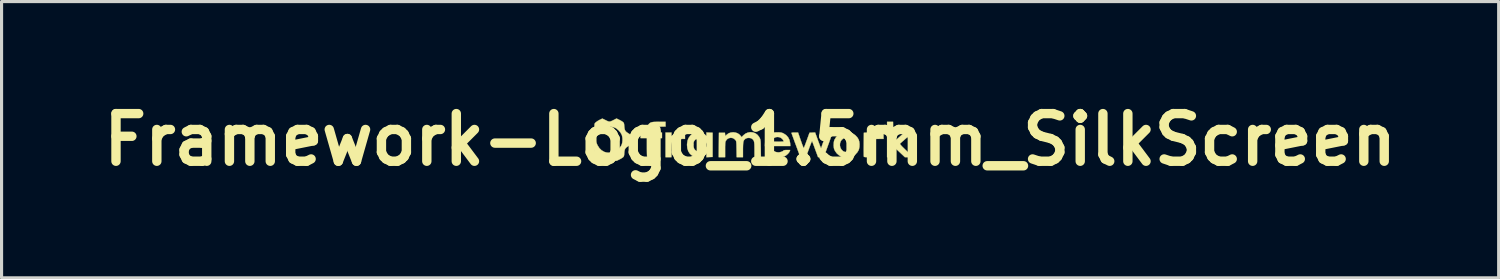
<source format=kicad_pcb>
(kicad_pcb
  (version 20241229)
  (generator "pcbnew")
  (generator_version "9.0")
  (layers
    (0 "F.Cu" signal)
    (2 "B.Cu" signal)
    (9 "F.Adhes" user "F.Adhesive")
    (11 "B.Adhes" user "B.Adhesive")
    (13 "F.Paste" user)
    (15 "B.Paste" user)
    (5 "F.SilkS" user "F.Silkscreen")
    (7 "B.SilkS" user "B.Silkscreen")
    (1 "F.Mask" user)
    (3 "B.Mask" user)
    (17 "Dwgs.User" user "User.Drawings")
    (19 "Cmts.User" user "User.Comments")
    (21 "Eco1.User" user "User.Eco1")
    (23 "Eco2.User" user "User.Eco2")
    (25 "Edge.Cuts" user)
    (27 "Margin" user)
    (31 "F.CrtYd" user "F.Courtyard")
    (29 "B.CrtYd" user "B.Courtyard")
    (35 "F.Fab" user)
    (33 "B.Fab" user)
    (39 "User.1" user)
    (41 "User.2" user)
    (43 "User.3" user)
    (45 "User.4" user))
  (footprint "Framework-Logo_1.5mm_SilkScreen"
    (layer "F.Cu")
    (at 20.944 1.418)
    (property "Reference" "Framework-Logo_1.5mm_SilkScreen" (at 0 0 0) (layer "F.SilkS") (effects (font (size 1.524 1.524) (thickness 0.3))))
    (attr through_hole)
    (fp_poly (pts (xy -2.515 -0.112) (xy -2.463 -0.156) (xy -2.417 -0.189) (xy -2.363 -0.211) (xy -2.298 -0.224) (xy -2.214 -0.228) (xy -2.191 -0.229) (xy -2.083 -0.229) (xy -2.083 -0.025) (xy -2.229 -0.025) (xy -2.314 -0.023) (xy -2.377 -0.017) (xy -2.424 -0.005) (xy -2.457 0.015) (xy -2.482 0.042) (xy -2.485 0.046) (xy -2.493 0.062) (xy -2.5 0.083) (xy -2.504 0.113) (xy -2.508 0.155) (xy -2.51 0.215) (xy -2.512 0.294) (xy -2.513 0.32) (xy -2.517 0.559) (xy -2.705 0.559) (xy -2.705 -0.229) (xy -2.515 -0.229) (xy -2.515 -0.112)) (stroke (width 0.01) (type solid)) (fill yes) (layer "F.SilkS"))
    (fp_poly (pts (xy 3.835 -0.105) (xy 3.883 -0.152) (xy 3.922 -0.185) (xy 3.965 -0.207) (xy 4.018 -0.221) (xy 4.087 -0.227) (xy 4.15 -0.229) (xy 4.267 -0.229) (xy 4.267 -0.025) (xy 4.121 -0.025) (xy 4.033 -0.023) (xy 3.966 -0.016) (xy 3.918 -0.002) (xy 3.883 0.019) (xy 3.86 0.048) (xy 3.855 0.057) (xy 3.848 0.078) (xy 3.842 0.107) (xy 3.839 0.149) (xy 3.836 0.206) (xy 3.836 0.283) (xy 3.835 0.329) (xy 3.835 0.559) (xy 3.74 0.559) (xy 3.682 0.557) (xy 3.649 0.551) (xy 3.638 0.543) (xy 3.637 0.526) (xy 3.635 0.488) (xy 3.635 0.431) (xy 3.634 0.358) (xy 3.634 0.273) (xy 3.635 0.18) (xy 3.635 0.152) (xy 3.639 -0.222) (xy 3.737 -0.226) (xy 3.835 -0.23) (xy 3.835 -0.105)) (stroke (width 0.01) (type solid)) (fill yes) (layer "F.SilkS"))
    (fp_poly (pts (xy -2.705 -0.421) (xy -2.87 -0.417) (xy -2.949 -0.414) (xy -3.006 -0.408) (xy -3.046 -0.397) (xy -3.071 -0.379) (xy -3.085 -0.352) (xy -3.093 -0.315) (xy -3.096 -0.293) (xy -3.102 -0.229) (xy -2.819 -0.229) (xy -2.819 -0.051) (xy -3.099 -0.051) (xy -3.099 0.559) (xy -3.192 0.559) (xy -3.238 0.558) (xy -3.274 0.555) (xy -3.293 0.551) (xy -3.294 0.55) (xy -3.296 0.536) (xy -3.298 0.499) (xy -3.3 0.445) (xy -3.301 0.376) (xy -3.302 0.297) (xy -3.302 0.246) (xy -3.302 -0.051) (xy -3.505 -0.051) (xy -3.505 -0.229) (xy -3.306 -0.229) (xy -3.299 -0.322) (xy -3.289 -0.397) (xy -3.271 -0.453) (xy -3.242 -0.498) (xy -3.224 -0.517) (xy -3.2 -0.536) (xy -3.173 -0.55) (xy -3.139 -0.56) (xy -3.094 -0.567) (xy -3.033 -0.57) (xy -2.953 -0.571) (xy -2.914 -0.572) (xy -2.705 -0.572) (xy -2.705 -0.421)) (stroke (width 0.01) (type solid)) (fill yes) (layer "F.SilkS"))
    (fp_poly (pts (xy 4.575 -0.241) (xy 4.578 0.09) (xy 4.756 -0.069) (xy 4.934 -0.228) (xy 5.058 -0.228) (xy 5.11 -0.227) (xy 5.152 -0.225) (xy 5.176 -0.222) (xy 5.181 -0.219) (xy 5.171 -0.208) (xy 5.146 -0.184) (xy 5.106 -0.148) (xy 5.057 -0.104) (xy 5 -0.054) (xy 4.996 -0.051) (xy 4.937 -0.000155) (xy 4.885 0.046) (xy 4.842 0.084) (xy 4.811 0.111) (xy 4.797 0.125) (xy 4.797 0.126) (xy 4.795 0.134) (xy 4.802 0.149) (xy 4.819 0.171) (xy 4.848 0.204) (xy 4.892 0.248) (xy 4.951 0.306) (xy 4.998 0.351) (xy 5.213 0.558) (xy 4.95 0.559) (xy 4.769 0.387) (xy 4.713 0.335) (xy 4.663 0.289) (xy 4.623 0.252) (xy 4.594 0.227) (xy 4.581 0.216) (xy 4.58 0.216) (xy 4.577 0.228) (xy 4.575 0.261) (xy 4.573 0.309) (xy 4.572 0.37) (xy 4.572 0.387) (xy 4.572 0.559) (xy 4.381 0.559) (xy 4.381 -0.572) (xy 4.572 -0.572) (xy 4.575 -0.241)) (stroke (width 0.01) (type solid)) (fill yes) (layer "F.SilkS"))
    (fp_poly (pts (xy -1.598 -0.234) (xy -1.52 -0.211) (xy -1.451 -0.169) (xy -1.441 -0.159) (xy -1.397 -0.118) (xy -1.397 -0.23) (xy -1.299 -0.226) (xy -1.2 -0.222) (xy -1.2 0.552) (xy -1.397 0.56) (xy -1.397 0.441) (xy -1.424 0.475) (xy -1.469 0.515) (xy -1.532 0.545) (xy -1.604 0.564) (xy -1.679 0.57) (xy -1.749 0.56) (xy -1.769 0.554) (xy -1.858 0.509) (xy -1.928 0.448) (xy -1.978 0.371) (xy -2.008 0.278) (xy -2.018 0.171) (xy -2.018 0.166) (xy -1.81 0.166) (xy -1.806 0.233) (xy -1.794 0.282) (xy -1.768 0.321) (xy -1.726 0.357) (xy -1.715 0.365) (xy -1.664 0.386) (xy -1.604 0.394) (xy -1.543 0.387) (xy -1.511 0.375) (xy -1.459 0.334) (xy -1.422 0.278) (xy -1.401 0.211) (xy -1.399 0.141) (xy -1.416 0.071) (xy -1.425 0.052) (xy -1.464 -0.006) (xy -1.511 -0.042) (xy -1.573 -0.059) (xy -1.584 -0.06) (xy -1.658 -0.057) (xy -1.72 -0.03) (xy -1.773 0.019) (xy -1.773 0.02) (xy -1.792 0.047) (xy -1.803 0.073) (xy -1.808 0.106) (xy -1.81 0.154) (xy -1.81 0.166) (xy -2.018 0.166) (xy -2.016 0.129) (xy -2.002 0.031) (xy -1.97 -0.051) (xy -1.919 -0.123) (xy -1.908 -0.134) (xy -1.841 -0.187) (xy -1.763 -0.222) (xy -1.681 -0.237) (xy -1.598 -0.234)) (stroke (width 0.01) (type solid)) (fill yes) (layer "F.SilkS"))
    (fp_poly (pts (xy 3.147 -0.234) (xy 3.19 -0.23) (xy 3.226 -0.222) (xy 3.261 -0.208) (xy 3.279 -0.2) (xy 3.361 -0.146) (xy 3.429 -0.074) (xy 3.472 -0.002) (xy 3.492 0.065) (xy 3.5 0.144) (xy 3.497 0.227) (xy 3.482 0.303) (xy 3.468 0.34) (xy 3.426 0.409) (xy 3.365 0.472) (xy 3.293 0.522) (xy 3.244 0.545) (xy 3.161 0.566) (xy 3.07 0.571) (xy 2.981 0.561) (xy 2.926 0.545) (xy 2.845 0.501) (xy 2.773 0.439) (xy 2.718 0.363) (xy 2.709 0.346) (xy 2.69 0.304) (xy 2.68 0.267) (xy 2.675 0.223) (xy 2.674 0.195) (xy 2.873 0.195) (xy 2.89 0.26) (xy 2.923 0.318) (xy 2.972 0.365) (xy 3.01 0.385) (xy 3.046 0.392) (xy 3.096 0.39) (xy 3.147 0.383) (xy 3.191 0.37) (xy 3.21 0.36) (xy 3.257 0.311) (xy 3.287 0.249) (xy 3.3 0.181) (xy 3.296 0.112) (xy 3.274 0.047) (xy 3.235 -0.007) (xy 3.212 -0.026) (xy 3.155 -0.053) (xy 3.088 -0.062) (xy 3.022 -0.053) (xy 2.978 -0.035) (xy 2.926 0.008) (xy 2.891 0.064) (xy 2.874 0.128) (xy 2.873 0.195) (xy 2.674 0.195) (xy 2.673 0.165) (xy 2.676 0.1) (xy 2.683 0.051) (xy 2.696 0.009) (xy 2.701 -0.002) (xy 2.752 -0.085) (xy 2.823 -0.155) (xy 2.894 -0.2) (xy 2.932 -0.217) (xy 2.966 -0.227) (xy 3.005 -0.233) (xy 3.057 -0.235) (xy 3.086 -0.235) (xy 3.147 -0.234)) (stroke (width 0.01) (type solid)) (fill yes) (layer "F.SilkS"))
    (fp_poly (pts (xy 2.172 0.027) (xy 2.2 0.102) (xy 2.224 0.167) (xy 2.245 0.219) (xy 2.26 0.255) (xy 2.269 0.272) (xy 2.27 0.272) (xy 2.276 0.257) (xy 2.288 0.222) (xy 2.306 0.17) (xy 2.329 0.106) (xy 2.355 0.033) (xy 2.36 0.019) (xy 2.445 -0.222) (xy 2.537 -0.226) (xy 2.588 -0.227) (xy 2.617 -0.224) (xy 2.628 -0.216) (xy 2.629 -0.213) (xy 2.625 -0.198) (xy 2.613 -0.161) (xy 2.594 -0.107) (xy 2.57 -0.038) (xy 2.542 0.043) (xy 2.51 0.133) (xy 2.492 0.181) (xy 2.356 0.558) (xy 2.265 0.559) (xy 2.174 0.559) (xy 2.149 0.492) (xy 2.136 0.456) (xy 2.116 0.402) (xy 2.092 0.338) (xy 2.067 0.268) (xy 2.057 0.241) (xy 2.033 0.177) (xy 2.012 0.121) (xy 1.995 0.078) (xy 1.984 0.052) (xy 1.981 0.047) (xy 1.975 0.056) (xy 1.961 0.085) (xy 1.942 0.131) (xy 1.918 0.192) (xy 1.891 0.264) (xy 1.879 0.298) (xy 1.784 0.559) (xy 1.695 0.559) (xy 1.607 0.559) (xy 1.468 0.181) (xy 1.433 0.088) (xy 1.402 0.002) (xy 1.374 -0.073) (xy 1.352 -0.135) (xy 1.335 -0.181) (xy 1.325 -0.208) (xy 1.323 -0.213) (xy 1.328 -0.221) (xy 1.349 -0.226) (xy 1.39 -0.228) (xy 1.426 -0.229) (xy 1.533 -0.229) (xy 1.62 0.025) (xy 1.647 0.1) (xy 1.67 0.165) (xy 1.691 0.217) (xy 1.706 0.253) (xy 1.715 0.269) (xy 1.716 0.27) (xy 1.723 0.255) (xy 1.737 0.221) (xy 1.757 0.17) (xy 1.781 0.106) (xy 1.807 0.034) (xy 1.813 0.019) (xy 1.9 -0.222) (xy 2.079 -0.23) (xy 2.172 0.027)) (stroke (width 0.01) (type solid)) (fill yes) (layer "F.SilkS"))
    (fp_poly (pts (xy 0.09 -0.233) (xy 0.165 -0.206) (xy 0.231 -0.159) (xy 0.285 -0.094) (xy 0.301 -0.065) (xy 0.313 -0.041) (xy 0.322 -0.019) (xy 0.328 0.005) (xy 0.333 0.034) (xy 0.336 0.073) (xy 0.338 0.126) (xy 0.339 0.196) (xy 0.341 0.283) (xy 0.345 0.559) (xy 0.14 0.559) (xy 0.14 0.321) (xy 0.139 0.225) (xy 0.137 0.151) (xy 0.132 0.095) (xy 0.123 0.053) (xy 0.11 0.022) (xy 0.092 -0.003) (xy 0.068 -0.024) (xy 0.059 -0.031) (xy 0.014 -0.051) (xy -0.043 -0.058) (xy -0.1 -0.052) (xy -0.147 -0.032) (xy -0.148 -0.031) (xy -0.174 -0.009) (xy -0.194 0.014) (xy -0.209 0.043) (xy -0.218 0.081) (xy -0.224 0.132) (xy -0.227 0.201) (xy -0.229 0.289) (xy -0.229 0.321) (xy -0.229 0.559) (xy -0.43 0.559) (xy -0.434 0.306) (xy -0.436 0.218) (xy -0.437 0.153) (xy -0.44 0.105) (xy -0.443 0.071) (xy -0.448 0.048) (xy -0.455 0.031) (xy -0.464 0.017) (xy -0.464 0.017) (xy -0.512 -0.029) (xy -0.568 -0.055) (xy -0.628 -0.06) (xy -0.687 -0.046) (xy -0.738 -0.014) (xy -0.777 0.038) (xy -0.778 0.039) (xy -0.786 0.058) (xy -0.792 0.083) (xy -0.796 0.116) (xy -0.798 0.162) (xy -0.8 0.225) (xy -0.8 0.309) (xy -0.8 0.321) (xy -0.8 0.559) (xy -1.004 0.559) (xy -0.997 -0.222) (xy -0.806 -0.222) (xy -0.8 -0.167) (xy -0.794 -0.113) (xy -0.75 -0.158) (xy -0.691 -0.202) (xy -0.62 -0.228) (xy -0.543 -0.237) (xy -0.467 -0.228) (xy -0.395 -0.202) (xy -0.335 -0.159) (xy -0.307 -0.127) (xy -0.273 -0.081) (xy -0.216 -0.14) (xy -0.147 -0.195) (xy -0.07 -0.228) (xy 0.01 -0.241) (xy 0.09 -0.233)) (stroke (width 0.01) (type solid)) (fill yes) (layer "F.SilkS"))
    (fp_poly (pts (xy 0.937 -0.234) (xy 0.98 -0.23) (xy 1.016 -0.222) (xy 1.051 -0.208) (xy 1.069 -0.2) (xy 1.152 -0.146) (xy 1.215 -0.076) (xy 1.258 0.008) (xy 1.279 0.105) (xy 1.28 0.117) (xy 1.286 0.203) (xy 0.67 0.203) (xy 0.679 0.238) (xy 0.708 0.307) (xy 0.755 0.359) (xy 0.818 0.393) (xy 0.894 0.406) (xy 0.902 0.406) (xy 0.95 0.401) (xy 1 0.387) (xy 1.043 0.368) (xy 1.071 0.346) (xy 1.073 0.343) (xy 1.089 0.337) (xy 1.123 0.332) (xy 1.169 0.33) (xy 1.181 0.33) (xy 1.281 0.33) (xy 1.268 0.368) (xy 1.243 0.413) (xy 1.201 0.46) (xy 1.149 0.503) (xy 1.097 0.534) (xy 1.034 0.555) (xy 0.955 0.568) (xy 0.872 0.57) (xy 0.793 0.563) (xy 0.728 0.546) (xy 0.647 0.501) (xy 0.575 0.437) (xy 0.52 0.361) (xy 0.512 0.346) (xy 0.486 0.269) (xy 0.475 0.181) (xy 0.48 0.092) (xy 0.491 0.045) (xy 0.686 0.045) (xy 0.69 0.052) (xy 0.704 0.057) (xy 0.733 0.061) (xy 0.778 0.063) (xy 0.844 0.063) (xy 0.882 0.064) (xy 0.957 0.063) (xy 1.009 0.062) (xy 1.044 0.06) (xy 1.063 0.057) (xy 1.071 0.052) (xy 1.072 0.044) (xy 1.071 0.041) (xy 1.038 -0.015) (xy 0.988 -0.057) (xy 0.928 -0.082) (xy 0.861 -0.087) (xy 0.796 -0.072) (xy 0.762 -0.051) (xy 0.728 -0.021) (xy 0.701 0.012) (xy 0.686 0.04) (xy 0.686 0.045) (xy 0.491 0.045) (xy 0.499 0.011) (xy 0.506 -0.006) (xy 0.556 -0.087) (xy 0.625 -0.157) (xy 0.692 -0.201) (xy 0.726 -0.217) (xy 0.758 -0.228) (xy 0.795 -0.233) (xy 0.846 -0.235) (xy 0.876 -0.235) (xy 0.937 -0.234)) (stroke (width 0.01) (type solid)) (fill yes) (layer "F.SilkS"))
    (fp_poly (pts (xy -4.191 -0.637) (xy -4.143 -0.613) (xy -4.099 -0.587) (xy -4.071 -0.567) (xy -4.052 -0.55) (xy -4.04 -0.532) (xy -4.033 -0.506) (xy -4.028 -0.466) (xy -4.025 -0.427) (xy -4.018 -0.359) (xy -4.005 -0.309) (xy -3.982 -0.27) (xy -3.944 -0.236) (xy -3.894 -0.203) (xy -3.854 -0.177) (xy -3.822 -0.151) (xy -3.807 -0.134) (xy -3.8 -0.107) (xy -3.795 -0.064) (xy -3.793 -0.01) (xy -3.794 0.044) (xy -3.798 0.093) (xy -3.804 0.127) (xy -3.807 0.134) (xy -3.825 0.153) (xy -3.857 0.179) (xy -3.894 0.203) (xy -3.948 0.239) (xy -3.984 0.274) (xy -4.007 0.313) (xy -4.019 0.364) (xy -4.025 0.427) (xy -4.029 0.481) (xy -4.035 0.515) (xy -4.043 0.538) (xy -4.057 0.555) (xy -4.071 0.567) (xy -4.102 0.588) (xy -4.146 0.614) (xy -4.191 0.637) (xy -4.273 0.677) (xy -4.362 0.631) (xy -4.42 0.602) (xy -4.463 0.584) (xy -4.499 0.579) (xy -4.534 0.585) (xy -4.576 0.601) (xy -4.619 0.622) (xy -4.665 0.644) (xy -4.701 0.662) (xy -4.723 0.672) (xy -4.727 0.673) (xy -4.739 0.668) (xy -4.769 0.655) (xy -4.808 0.637) (xy -4.857 0.61) (xy -4.904 0.58) (xy -4.932 0.559) (xy -4.955 0.537) (xy -4.969 0.518) (xy -4.976 0.495) (xy -4.978 0.459) (xy -4.978 0.421) (xy -4.982 0.352) (xy -4.995 0.301) (xy -5.022 0.261) (xy -5.067 0.225) (xy -5.103 0.203) (xy -5.144 0.177) (xy -5.177 0.15) (xy -5.194 0.13) (xy -5.2 0.103) (xy -5.205 0.06) (xy -5.207 0.008) (xy -5.207 0) (xy -5.207 -0.000001) (xy -4.921 -0.000001) (xy -4.919 0.056) (xy -4.912 0.1) (xy -4.897 0.143) (xy -4.879 0.181) (xy -4.823 0.269) (xy -4.752 0.339) (xy -4.667 0.389) (xy -4.656 0.393) (xy -4.583 0.412) (xy -4.499 0.417) (xy -4.414 0.41) (xy -4.337 0.39) (xy -4.311 0.378) (xy -4.244 0.333) (xy -4.18 0.271) (xy -4.129 0.201) (xy -4.111 0.167) (xy -4.091 0.103) (xy -4.082 0.026) (xy -4.084 -0.054) (xy -4.097 -0.128) (xy -4.111 -0.167) (xy -4.153 -0.238) (xy -4.212 -0.304) (xy -4.278 -0.359) (xy -4.311 -0.378) (xy -4.388 -0.405) (xy -4.476 -0.418) (xy -4.566 -0.415) (xy -4.648 -0.395) (xy -4.65 -0.395) (xy -4.739 -0.348) (xy -4.814 -0.28) (xy -4.873 -0.194) (xy -4.879 -0.181) (xy -4.902 -0.131) (xy -4.915 -0.089) (xy -4.92 -0.043) (xy -4.921 -0.000001) (xy -5.207 -0.000001) (xy -5.205 -0.052) (xy -5.201 -0.097) (xy -5.195 -0.127) (xy -5.194 -0.13) (xy -5.176 -0.151) (xy -5.143 -0.177) (xy -5.103 -0.203) (xy -5.046 -0.24) (xy -5.009 -0.277) (xy -4.988 -0.321) (xy -4.98 -0.378) (xy -4.978 -0.421) (xy -4.978 -0.47) (xy -4.975 -0.502) (xy -4.966 -0.524) (xy -4.95 -0.543) (xy -4.931 -0.559) (xy -4.894 -0.587) (xy -4.845 -0.617) (xy -4.805 -0.638) (xy -4.726 -0.675) (xy -4.62 -0.623) (xy -4.567 -0.597) (xy -4.526 -0.582) (xy -4.491 -0.579) (xy -4.455 -0.587) (xy -4.409 -0.607) (xy -4.362 -0.631) (xy -4.273 -0.677) (xy -4.191 -0.637)) (stroke (width 0.01) (type solid)) (fill yes) (layer "F.SilkS")))
  (gr_rect
    (start -3 -3)
    (end 44.888 5.836)
    (stroke (width 0.1) (type default))
    (fill no)
    (layer "Edge.Cuts")))
</source>
